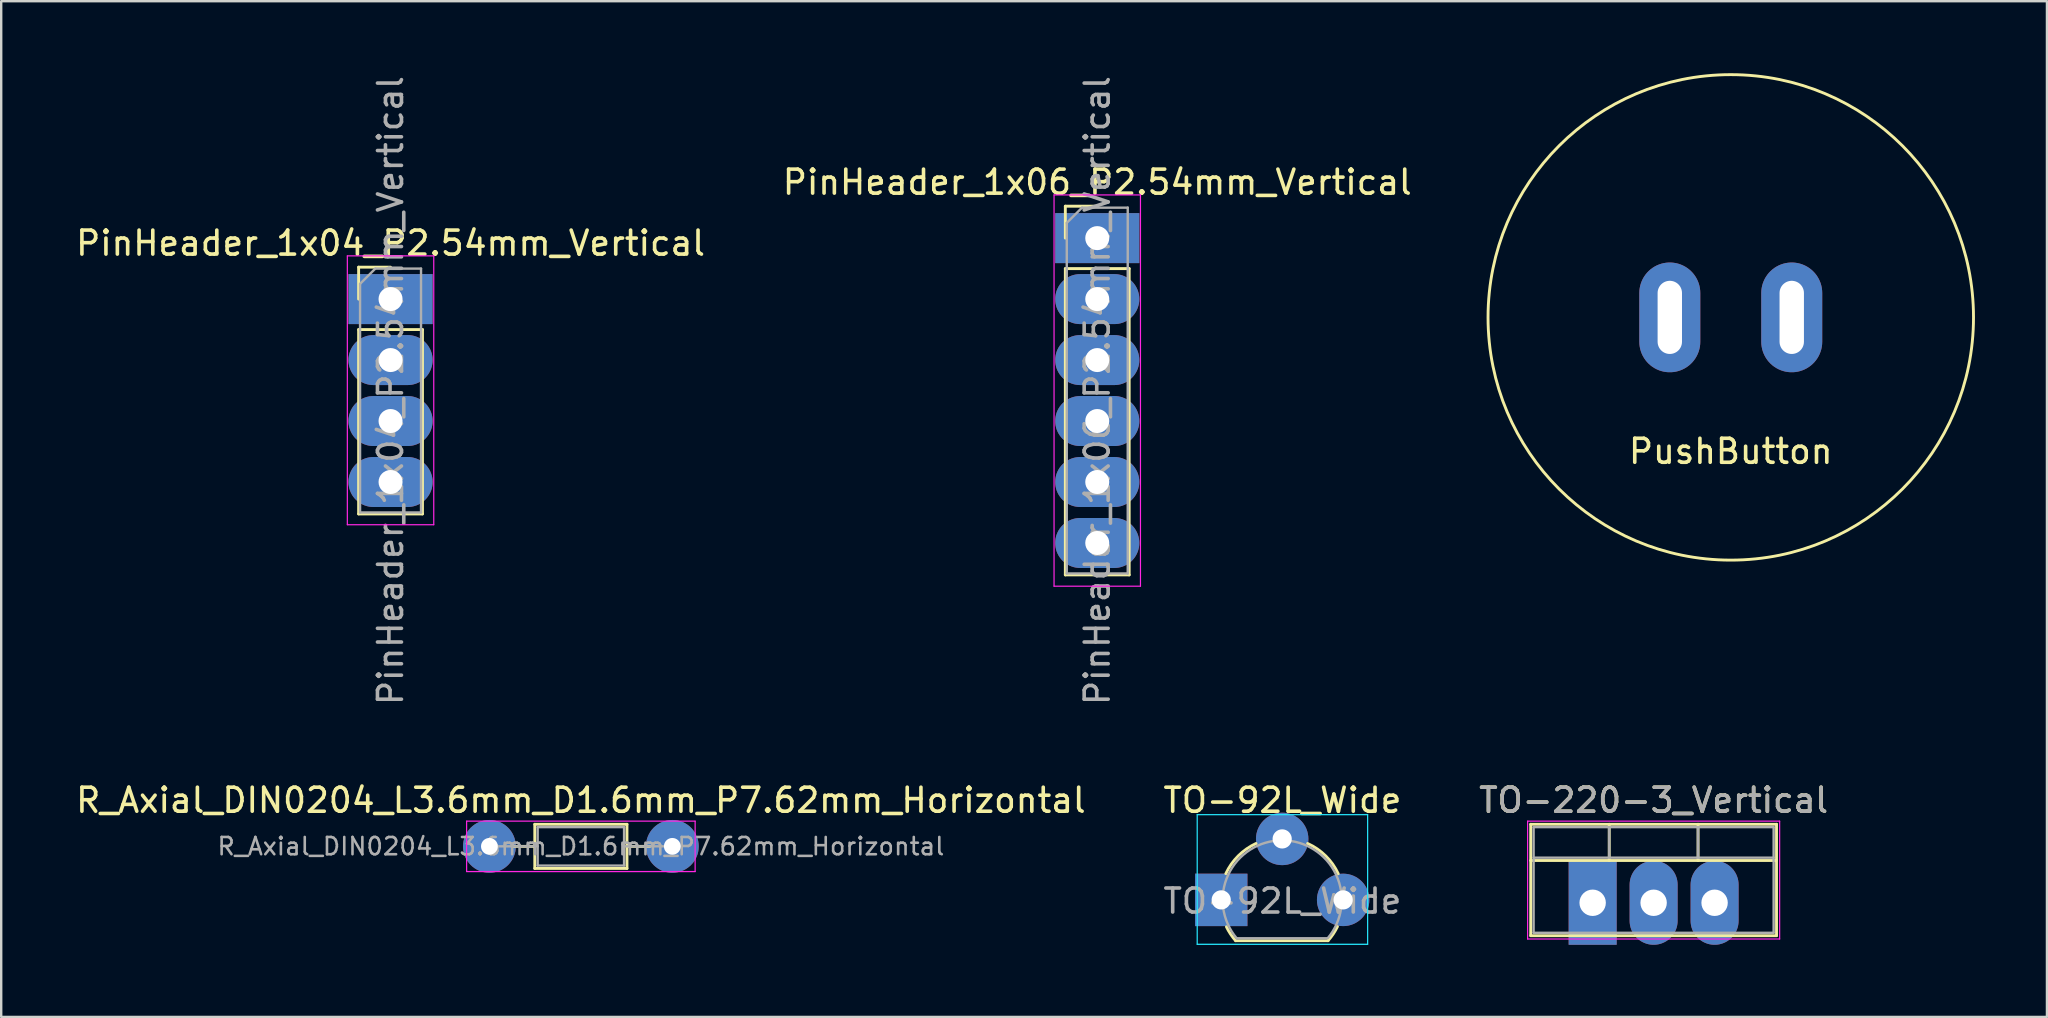
<source format=kicad_pcb>
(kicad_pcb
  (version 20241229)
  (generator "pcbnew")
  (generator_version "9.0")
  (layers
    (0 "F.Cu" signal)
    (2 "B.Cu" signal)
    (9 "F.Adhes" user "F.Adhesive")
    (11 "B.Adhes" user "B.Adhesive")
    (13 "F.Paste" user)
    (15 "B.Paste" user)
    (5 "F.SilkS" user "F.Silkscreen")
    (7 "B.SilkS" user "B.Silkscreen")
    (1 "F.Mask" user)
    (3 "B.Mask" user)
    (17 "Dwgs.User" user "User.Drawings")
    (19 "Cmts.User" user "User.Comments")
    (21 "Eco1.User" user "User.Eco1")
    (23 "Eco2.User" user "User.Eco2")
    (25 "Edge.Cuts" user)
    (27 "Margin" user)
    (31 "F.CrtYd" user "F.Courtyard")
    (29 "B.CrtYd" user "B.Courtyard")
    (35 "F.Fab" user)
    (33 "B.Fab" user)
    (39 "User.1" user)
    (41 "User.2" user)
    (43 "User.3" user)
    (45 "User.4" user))
  (footprint "PinHeader_1x04_P2.54mm_Vertical"
    (layer "F.Cu")
    (at 13.22 9.41)
    (property "Reference" "PinHeader_1x04_P2.54mm_Vertical" (at 0 -2.33 0) (layer "F.SilkS") (effects (font (size 1 1) (thickness 0.15))))
    (attr through_hole)
    (fp_line (start -1.33 -1.33) (end 0 -1.33) (stroke (width 0.12) (type solid)) (layer "F.SilkS"))
    (fp_line (start -1.33 0) (end -1.33 -1.33) (stroke (width 0.12) (type solid)) (layer "F.SilkS"))
    (fp_line (start -1.33 1.27) (end -1.33 8.95) (stroke (width 0.12) (type solid)) (layer "F.SilkS"))
    (fp_line (start -1.33 1.27) (end 1.33 1.27) (stroke (width 0.12) (type solid)) (layer "F.SilkS"))
    (fp_line (start -1.33 8.95) (end 1.33 8.95) (stroke (width 0.12) (type solid)) (layer "F.SilkS"))
    (fp_line (start 1.33 1.27) (end 1.33 8.95) (stroke (width 0.12) (type solid)) (layer "F.SilkS"))
    (fp_line (start -1.8 -1.8) (end -1.8 9.4) (stroke (width 0.05) (type solid)) (layer "F.CrtYd"))
    (fp_line (start -1.8 9.4) (end 1.8 9.4) (stroke (width 0.05) (type solid)) (layer "F.CrtYd"))
    (fp_line (start 1.8 -1.8) (end -1.8 -1.8) (stroke (width 0.05) (type solid)) (layer "F.CrtYd"))
    (fp_line (start 1.8 9.4) (end 1.8 -1.8) (stroke (width 0.05) (type solid)) (layer "F.CrtYd"))
    (fp_line (start -1.27 -0.635) (end -0.635 -1.27) (stroke (width 0.1) (type solid)) (layer "F.Fab"))
    (fp_line (start -1.27 8.89) (end -1.27 -0.635) (stroke (width 0.1) (type solid)) (layer "F.Fab"))
    (fp_line (start -0.635 -1.27) (end 1.27 -1.27) (stroke (width 0.1) (type solid)) (layer "F.Fab"))
    (fp_line (start 1.27 -1.27) (end 1.27 8.89) (stroke (width 0.1) (type solid)) (layer "F.Fab"))
    (fp_line (start 1.27 8.89) (end -1.27 8.89) (stroke (width 0.1) (type solid)) (layer "F.Fab"))
    (fp_text user "${REFERENCE}" (at 0 3.81 90) (layer "F.Fab") (effects (font (size 1 1) (thickness 0.15))))
    (pad "1" thru_hole rect (at 0 0) (size 3.505 2.083) (drill 1) (layers "*.Cu" "*.Mask"))
    (pad "2" thru_hole oval (at 0 2.54) (size 3.505 2.083) (drill 1) (layers "*.Cu" "*.Mask"))
    (pad "3" thru_hole oval (at 0 5.08) (size 3.505 2.083) (drill 1) (layers "*.Cu" "*.Mask"))
    (pad "4" thru_hole oval (at 0 7.62) (size 3.505 2.083) (drill 1) (layers "*.Cu" "*.Mask")))
  (footprint "PushButton"
    (layer "F.Cu")
    (at 69.053 15.252)
    (property "Reference" "PushButton" (at 0 0.5 0) (layer "F.SilkS") (effects (font (size 1 1) (thickness 0.15))))
    (attr through_hole)
    (fp_circle (center 0 -5.08) (end 9.144 -0.762) (stroke (width 0.12) (type solid)) (fill no) (layer "F.SilkS"))
    (pad "1" thru_hole oval (at 2.54 -5.08) (size 2.54 4.572) (drill oval 1.016 3.048) (layers "*.Cu" "*.Mask"))
    (pad "2" thru_hole oval (at -2.54 -5.08) (size 2.54 4.572) (drill oval 1.016 3.048) (layers "*.Cu" "*.Mask")))
  (footprint "TO-220-3_Vertical"
    (layer "F.Cu")
    (at 63.299 34.559)
    (property "Reference" "TO-220-3_Vertical" (at 2.54 -4.27 0) (layer "F.SilkS") (effects (font (size 1 1) (thickness 0.15))))
    (attr through_hole)
    (fp_line (start -2.58 -3.27) (end -2.58 1.371) (stroke (width 0.12) (type solid)) (layer "F.SilkS"))
    (fp_line (start -2.58 -3.27) (end 7.66 -3.27) (stroke (width 0.12) (type solid)) (layer "F.SilkS"))
    (fp_line (start -2.58 -1.76) (end 7.66 -1.76) (stroke (width 0.12) (type solid)) (layer "F.SilkS"))
    (fp_line (start -2.58 1.371) (end 7.66 1.371) (stroke (width 0.12) (type solid)) (layer "F.SilkS"))
    (fp_line (start 0.69 -3.27) (end 0.69 -1.76) (stroke (width 0.12) (type solid)) (layer "F.SilkS"))
    (fp_line (start 4.391 -3.27) (end 4.391 -1.76) (stroke (width 0.12) (type solid)) (layer "F.SilkS"))
    (fp_line (start 7.66 -3.27) (end 7.66 1.371) (stroke (width 0.12) (type solid)) (layer "F.SilkS"))
    (fp_line (start -2.71 -3.4) (end -2.71 1.51) (stroke (width 0.05) (type solid)) (layer "F.CrtYd"))
    (fp_line (start -2.71 1.51) (end 7.79 1.51) (stroke (width 0.05) (type solid)) (layer "F.CrtYd"))
    (fp_line (start 7.79 -3.4) (end -2.71 -3.4) (stroke (width 0.05) (type solid)) (layer "F.CrtYd"))
    (fp_line (start 7.79 1.51) (end 7.79 -3.4) (stroke (width 0.05) (type solid)) (layer "F.CrtYd"))
    (fp_line (start -2.46 -3.15) (end -2.46 1.25) (stroke (width 0.1) (type solid)) (layer "F.Fab"))
    (fp_line (start -2.46 -1.88) (end 7.54 -1.88) (stroke (width 0.1) (type solid)) (layer "F.Fab"))
    (fp_line (start -2.46 1.25) (end 7.54 1.25) (stroke (width 0.1) (type solid)) (layer "F.Fab"))
    (fp_line (start 0.69 -3.15) (end 0.69 -1.88) (stroke (width 0.1) (type solid)) (layer "F.Fab"))
    (fp_line (start 4.39 -3.15) (end 4.39 -1.88) (stroke (width 0.1) (type solid)) (layer "F.Fab"))
    (fp_line (start 7.54 -3.15) (end -2.46 -3.15) (stroke (width 0.1) (type solid)) (layer "F.Fab"))
    (fp_line (start 7.54 1.25) (end 7.54 -3.15) (stroke (width 0.1) (type solid)) (layer "F.Fab"))
    (fp_text user "${REFERENCE}" (at 2.54 -4.27 0) (layer "F.Fab") (effects (font (size 1 1) (thickness 0.15))))
    (pad "1" thru_hole rect (at 0 0) (size 2 3.5) (drill 1.1) (layers "*.Cu" "*.Mask"))
    (pad "2" thru_hole oval (at 2.54 0) (size 2 3.5) (drill 1.1) (layers "*.Cu" "*.Mask"))
    (pad "3" thru_hole oval (at 5.08 0) (size 2 3.5) (drill 1.1) (layers "*.Cu" "*.Mask")))
  (footprint "R_Axial_DIN0204_L3.6mm_D1.6mm_P7.62mm_Horizontal"
    (layer "F.Cu")
    (at 17.339 32.209)
    (property "Reference" "R_Axial_DIN0204_L3.6mm_D1.6mm_P7.62mm_Horizontal" (at 3.81 -1.92 180) (layer "F.SilkS") (effects (font (size 1 1) (thickness 0.15))))
    (attr through_hole)
    (fp_line (start 0.94 0) (end 1.89 0) (stroke (width 0.12) (type solid)) (layer "F.SilkS"))
    (fp_line (start 1.89 -0.92) (end 1.89 0.92) (stroke (width 0.12) (type solid)) (layer "F.SilkS"))
    (fp_line (start 1.89 0.92) (end 5.73 0.92) (stroke (width 0.12) (type solid)) (layer "F.SilkS"))
    (fp_line (start 5.73 -0.92) (end 1.89 -0.92) (stroke (width 0.12) (type solid)) (layer "F.SilkS"))
    (fp_line (start 5.73 0.92) (end 5.73 -0.92) (stroke (width 0.12) (type solid)) (layer "F.SilkS"))
    (fp_line (start 6.68 0) (end 5.73 0) (stroke (width 0.12) (type solid)) (layer "F.SilkS"))
    (fp_line (start -0.95 -1.05) (end -0.95 1.05) (stroke (width 0.05) (type solid)) (layer "F.CrtYd"))
    (fp_line (start -0.95 1.05) (end 8.57 1.05) (stroke (width 0.05) (type solid)) (layer "F.CrtYd"))
    (fp_line (start 8.57 -1.05) (end -0.95 -1.05) (stroke (width 0.05) (type solid)) (layer "F.CrtYd"))
    (fp_line (start 8.57 1.05) (end 8.57 -1.05) (stroke (width 0.05) (type solid)) (layer "F.CrtYd"))
    (fp_line (start 0 0) (end 2.01 0) (stroke (width 0.1) (type solid)) (layer "F.Fab"))
    (fp_line (start 2.01 -0.8) (end 2.01 0.8) (stroke (width 0.1) (type solid)) (layer "F.Fab"))
    (fp_line (start 2.01 0.8) (end 5.61 0.8) (stroke (width 0.1) (type solid)) (layer "F.Fab"))
    (fp_line (start 5.61 -0.8) (end 2.01 -0.8) (stroke (width 0.1) (type solid)) (layer "F.Fab"))
    (fp_line (start 5.61 0.8) (end 5.61 -0.8) (stroke (width 0.1) (type solid)) (layer "F.Fab"))
    (fp_line (start 7.62 0) (end 5.61 0) (stroke (width 0.1) (type solid)) (layer "F.Fab"))
    (fp_text user "${REFERENCE}" (at 3.81 0 180) (layer "F.Fab") (effects (font (size 0.72 0.72) (thickness 0.108))))
    (pad "1" thru_hole circle (at 0 0) (size 2.2 2.2) (drill 0.7) (layers "*.Cu" "*.Mask"))
    (pad "2" thru_hole circle (at 7.62 0) (size 2.2 2.2) (drill 0.7) (layers "*.Cu" "*.Mask")))
  (footprint "TO-92L_Wide"
    (layer "F.Cu")
    (at 47.825 34.439)
    (property "Reference" "TO-92L_Wide" (at 2.55 -4.15 0) (layer "F.SilkS") (effects (font (size 1 1) (thickness 0.15))))
    (attr through_hole)
    (fp_line (start 0.6 1.7) (end 4.45 1.7) (stroke (width 0.12) (type solid)) (layer "F.SilkS"))
    (fp_arc (start 0.192226 -1.094786) (mid 0.710119 -1.833613) (end 1.45 -2.35) (stroke (width 0.12) (type solid)) (layer "F.SilkS"))
    (fp_arc (start 0.6 1.7) (mid 0.389183 1.423933) (end 0.217369 1.122045) (stroke (width 0.12) (type solid)) (layer "F.SilkS"))
    (fp_arc (start 3.6 -2.35) (mid 4.351408 -1.834367) (end 4.876463 -1.089513) (stroke (width 0.12) (type solid)) (layer "F.SilkS"))
    (fp_arc (start 4.842383 1.112264) (mid 4.666594 1.419753) (end 4.45 1.7) (stroke (width 0.12) (type solid)) (layer "F.SilkS"))
    (fp_line (start -1 -3.55) (end -1 1.85) (stroke (width 0.05) (type solid)) (layer "B.CrtYd"))
    (fp_line (start -1 1.85) (end 6.1 1.85) (stroke (width 0.05) (type solid)) (layer "B.CrtYd"))
    (fp_line (start 6.1 -3.55) (end -1 -3.55) (stroke (width 0.05) (type solid)) (layer "B.CrtYd"))
    (fp_line (start 6.1 1.85) (end 6.1 -3.55) (stroke (width 0.05) (type solid)) (layer "B.CrtYd"))
    (fp_line (start 0.65 1.6) (end 4.4 1.6) (stroke (width 0.1) (type solid)) (layer "F.Fab"))
    (fp_arc (start 0.647182 1.602385) (mid 0.290076 -1.043188) (end 2.54 -2.48) (stroke (width 0.1) (type solid)) (layer "F.Fab"))
    (fp_arc (start 2.54 -2.48) (mid 4.787211 -1.049019) (end 4.441103 1.592547) (stroke (width 0.1) (type solid)) (layer "F.Fab"))
    (fp_text user "${REFERENCE}" (at 2.55 0.05 0) (layer "F.Fab") (effects (font (size 1 1) (thickness 0.15))))
    (pad "1" thru_hole rect (at 0 0 90) (size 2.184 2.184) (drill 0.8) (layers "*.Cu" "*.Mask"))
    (pad "2" thru_hole circle (at 2.54 -2.54 90) (size 2.184 2.184) (drill 0.8) (layers "*.Cu" "*.Mask"))
    (pad "3" thru_hole circle (at 5.08 0 90) (size 2.184 2.184) (drill 0.8) (layers "*.Cu" "*.Mask")))
  (footprint "PinHeader_1x06_P2.54mm_Vertical"
    (layer "F.Cu")
    (at 42.661 6.87)
    (property "Reference" "PinHeader_1x06_P2.54mm_Vertical" (at 0 -2.33 0) (layer "F.SilkS") (effects (font (size 1 1) (thickness 0.15))))
    (attr through_hole)
    (fp_line (start -1.33 -1.33) (end 0 -1.33) (stroke (width 0.12) (type solid)) (layer "F.SilkS"))
    (fp_line (start -1.33 0) (end -1.33 -1.33) (stroke (width 0.12) (type solid)) (layer "F.SilkS"))
    (fp_line (start -1.33 1.27) (end -1.33 14.03) (stroke (width 0.12) (type solid)) (layer "F.SilkS"))
    (fp_line (start -1.33 1.27) (end 1.33 1.27) (stroke (width 0.12) (type solid)) (layer "F.SilkS"))
    (fp_line (start -1.33 14.03) (end 1.33 14.03) (stroke (width 0.12) (type solid)) (layer "F.SilkS"))
    (fp_line (start 1.33 1.27) (end 1.33 14.03) (stroke (width 0.12) (type solid)) (layer "F.SilkS"))
    (fp_line (start -1.8 -1.8) (end -1.8 14.5) (stroke (width 0.05) (type solid)) (layer "F.CrtYd"))
    (fp_line (start -1.8 14.5) (end 1.8 14.5) (stroke (width 0.05) (type solid)) (layer "F.CrtYd"))
    (fp_line (start 1.8 -1.8) (end -1.8 -1.8) (stroke (width 0.05) (type solid)) (layer "F.CrtYd"))
    (fp_line (start 1.8 14.5) (end 1.8 -1.8) (stroke (width 0.05) (type solid)) (layer "F.CrtYd"))
    (fp_line (start -1.27 -0.635) (end -0.635 -1.27) (stroke (width 0.1) (type solid)) (layer "F.Fab"))
    (fp_line (start -1.27 13.97) (end -1.27 -0.635) (stroke (width 0.1) (type solid)) (layer "F.Fab"))
    (fp_line (start -0.635 -1.27) (end 1.27 -1.27) (stroke (width 0.1) (type solid)) (layer "F.Fab"))
    (fp_line (start 1.27 -1.27) (end 1.27 13.97) (stroke (width 0.1) (type solid)) (layer "F.Fab"))
    (fp_line (start 1.27 13.97) (end -1.27 13.97) (stroke (width 0.1) (type solid)) (layer "F.Fab"))
    (fp_text user "${REFERENCE}" (at 0 6.35 90) (layer "F.Fab") (effects (font (size 1 1) (thickness 0.15))))
    (pad "1" thru_hole rect (at 0 0) (size 3.505 2.083) (drill 1) (layers "*.Cu" "*.Mask"))
    (pad "2" thru_hole oval (at 0 2.54) (size 3.505 2.083) (drill 1) (layers "*.Cu" "*.Mask"))
    (pad "3" thru_hole oval (at 0 5.08) (size 3.505 2.083) (drill 1) (layers "*.Cu" "*.Mask"))
    (pad "4" thru_hole oval (at 0 7.62) (size 3.505 2.083) (drill 1) (layers "*.Cu" "*.Mask"))
    (pad "5" thru_hole oval (at 0 10.16) (size 3.505 2.083) (drill 1) (layers "*.Cu" "*.Mask"))
    (pad "6" thru_hole oval (at 0 12.7) (size 3.505 2.083) (drill 1) (layers "*.Cu" "*.Mask")))
  (gr_rect
    (start -3 -3)
    (end 82.225 39.314)
    (stroke (width 0.1) (type default))
    (fill no)
    (layer "Edge.Cuts")))
</source>
